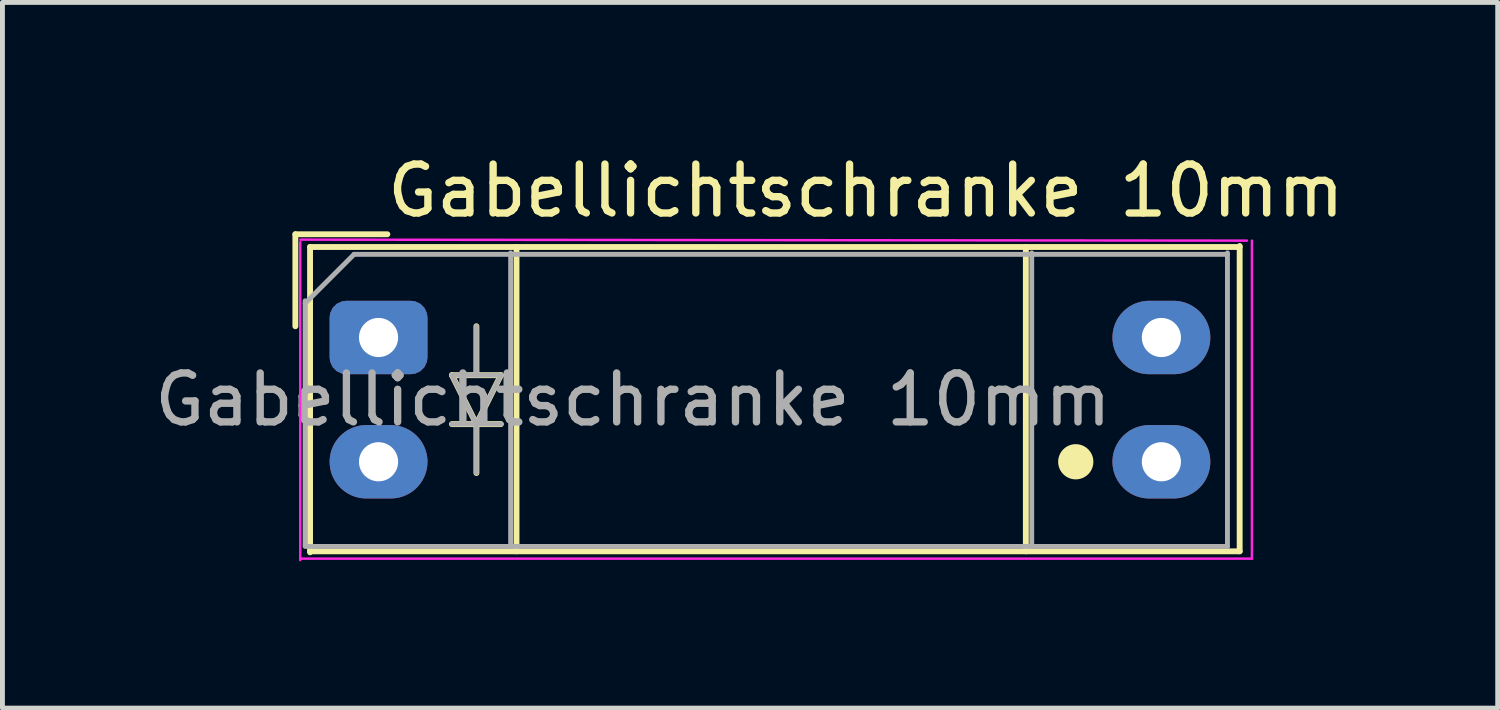
<source format=kicad_pcb>
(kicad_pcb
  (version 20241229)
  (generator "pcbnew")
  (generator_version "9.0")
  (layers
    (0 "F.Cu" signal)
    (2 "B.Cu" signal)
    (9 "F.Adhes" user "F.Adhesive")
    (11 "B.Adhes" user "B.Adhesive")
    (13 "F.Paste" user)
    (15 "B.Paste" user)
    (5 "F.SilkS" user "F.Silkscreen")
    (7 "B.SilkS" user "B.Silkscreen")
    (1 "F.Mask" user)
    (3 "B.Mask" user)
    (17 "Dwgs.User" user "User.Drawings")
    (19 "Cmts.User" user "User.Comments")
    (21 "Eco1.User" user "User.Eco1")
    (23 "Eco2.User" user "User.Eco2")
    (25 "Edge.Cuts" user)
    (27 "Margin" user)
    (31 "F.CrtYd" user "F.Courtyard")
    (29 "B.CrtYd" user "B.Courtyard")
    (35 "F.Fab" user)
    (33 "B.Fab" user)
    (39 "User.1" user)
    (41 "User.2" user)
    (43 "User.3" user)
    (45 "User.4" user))
  (footprint "Gabellichtschranke 10mm"
    (layer "F.Cu")
    (at 8.037 3.418)
    (property "Reference" "Gabellichtschranke 10mm" (at -3.25 -2.57 180) (layer "F.SilkS") (effects (font (size 1 1) (thickness 0.15)) (justify left)))
    (attr through_hole)
    (fp_line (start -5.05 -1.68) (end -5.05 0.2) (stroke (width 0.12) (type solid)) (layer "F.SilkS"))
    (fp_line (start -5.05 -1.68) (end -3.17 -1.68) (stroke (width 0.12) (type solid)) (layer "F.SilkS"))
    (fp_line (start -4.75 -1.42) (end 14.25 -1.42) (stroke (width 0.12) (type solid)) (layer "F.SilkS"))
    (fp_line (start -4.75 4.82) (end -4.75 -1.42) (stroke (width 0.12) (type solid)) (layer "F.SilkS"))
    (fp_line (start -1.85 1.2) (end -1.35 2.2) (stroke (width 0.12) (type solid)) (layer "F.SilkS"))
    (fp_line (start -1.35 1.2) (end -1.35 0.2) (stroke (width 0.12) (type solid)) (layer "F.SilkS"))
    (fp_line (start -1.35 2.2) (end -1.35 3.2) (stroke (width 0.12) (type solid)) (layer "F.SilkS"))
    (fp_line (start -1.35 2.2) (end -0.85 1.2) (stroke (width 0.12) (type solid)) (layer "F.SilkS"))
    (fp_line (start -0.85 1.2) (end -1.85 1.2) (stroke (width 0.12) (type solid)) (layer "F.SilkS"))
    (fp_line (start -0.85 2.2) (end -1.85 2.2) (stroke (width 0.12) (type solid)) (layer "F.SilkS"))
    (fp_line (start -0.53 4.8) (end -0.53 -1.42) (stroke (width 0.12) (type solid)) (layer "F.SilkS"))
    (fp_line (start 9.88 4.8) (end 9.88 -1.42) (stroke (width 0.12) (type solid)) (layer "F.SilkS"))
    (fp_line (start 14.25 -1.44) (end 14.25 4.8) (stroke (width 0.12) (type solid)) (layer "F.SilkS"))
    (fp_line (start 14.25 4.8) (end -4.75 4.8) (stroke (width 0.12) (type solid)) (layer "F.SilkS"))
    (fp_circle (center 10.9 2.97) (end 11.2 2.97) (stroke (width 0.12) (type solid)) (fill yes) (layer "F.SilkS"))
    (fp_line (start -4.95 -1.57) (end 14.4 -1.55) (stroke (width 0.05) (type solid)) (layer "F.CrtYd"))
    (fp_line (start -4.95 4.98) (end -4.95 -1.52) (stroke (width 0.05) (type solid)) (layer "F.CrtYd"))
    (fp_line (start 14.5 -1.55) (end 14.5 4.95) (stroke (width 0.05) (type solid)) (layer "F.CrtYd"))
    (fp_line (start 14.5 4.95) (end -4.95 4.95) (stroke (width 0.05) (type solid)) (layer "F.CrtYd"))
    (fp_line (start -4.85 -0.27) (end -3.85 -1.27) (stroke (width 0.1) (type solid)) (layer "F.Fab"))
    (fp_line (start -4.85 4.68) (end -4.85 -0.32) (stroke (width 0.1) (type solid)) (layer "F.Fab"))
    (fp_line (start -3.85 -1.27) (end 14 -1.27) (stroke (width 0.1) (type solid)) (layer "F.Fab"))
    (fp_line (start -1.85 1.2) (end -1.35 2.2) (stroke (width 0.1) (type solid)) (layer "F.Fab"))
    (fp_line (start -1.35 1.2) (end -1.35 0.2) (stroke (width 0.1) (type solid)) (layer "F.Fab"))
    (fp_line (start -1.35 2.2) (end -1.35 3.2) (stroke (width 0.1) (type solid)) (layer "F.Fab"))
    (fp_line (start -1.35 2.2) (end -0.85 1.2) (stroke (width 0.1) (type solid)) (layer "F.Fab"))
    (fp_line (start -0.85 1.2) (end -1.85 1.2) (stroke (width 0.1) (type solid)) (layer "F.Fab"))
    (fp_line (start -0.85 2.2) (end -1.85 2.2) (stroke (width 0.1) (type solid)) (layer "F.Fab"))
    (fp_line (start -0.65 -1.3) (end -0.65 4.7) (stroke (width 0.1) (type solid)) (layer "F.Fab"))
    (fp_line (start 10 -1.3) (end 10 4.7) (stroke (width 0.1) (type solid)) (layer "F.Fab"))
    (fp_line (start 14 -1.3) (end 14 4.7) (stroke (width 0.1) (type solid)) (layer "F.Fab"))
    (fp_line (start 14 4.7) (end -4.85 4.7) (stroke (width 0.1) (type solid)) (layer "F.Fab"))
    (fp_text user "${REFERENCE}" (at 1.85 1.7 180) (layer "F.Fab") (effects (font (size 1 1) (thickness 0.15))))
    (pad "1" thru_hole roundrect (at -3.35 0.43 90) (size 1.5 2) (drill 0.8) (layers "*.Cu" "*.Mask") (roundrect_rratio 0.227))
    (pad "2" thru_hole oval (at -3.35 2.97 90) (size 1.5 2) (drill 0.8) (layers "*.Cu" "*.Mask"))
    (pad "3" thru_hole oval (at 12.65 2.97 90) (size 1.5 2) (drill 0.8) (layers "*.Cu" "*.Mask"))
    (pad "4" thru_hole oval (at 12.65 0.43 90) (size 1.5 2) (drill 0.8) (layers "*.Cu" "*.Mask")))
  (gr_rect
    (start -3 -3)
    (end 27.561 11.423)
    (stroke (width 0.1) (type default))
    (fill no)
    (layer "Edge.Cuts")))
</source>
